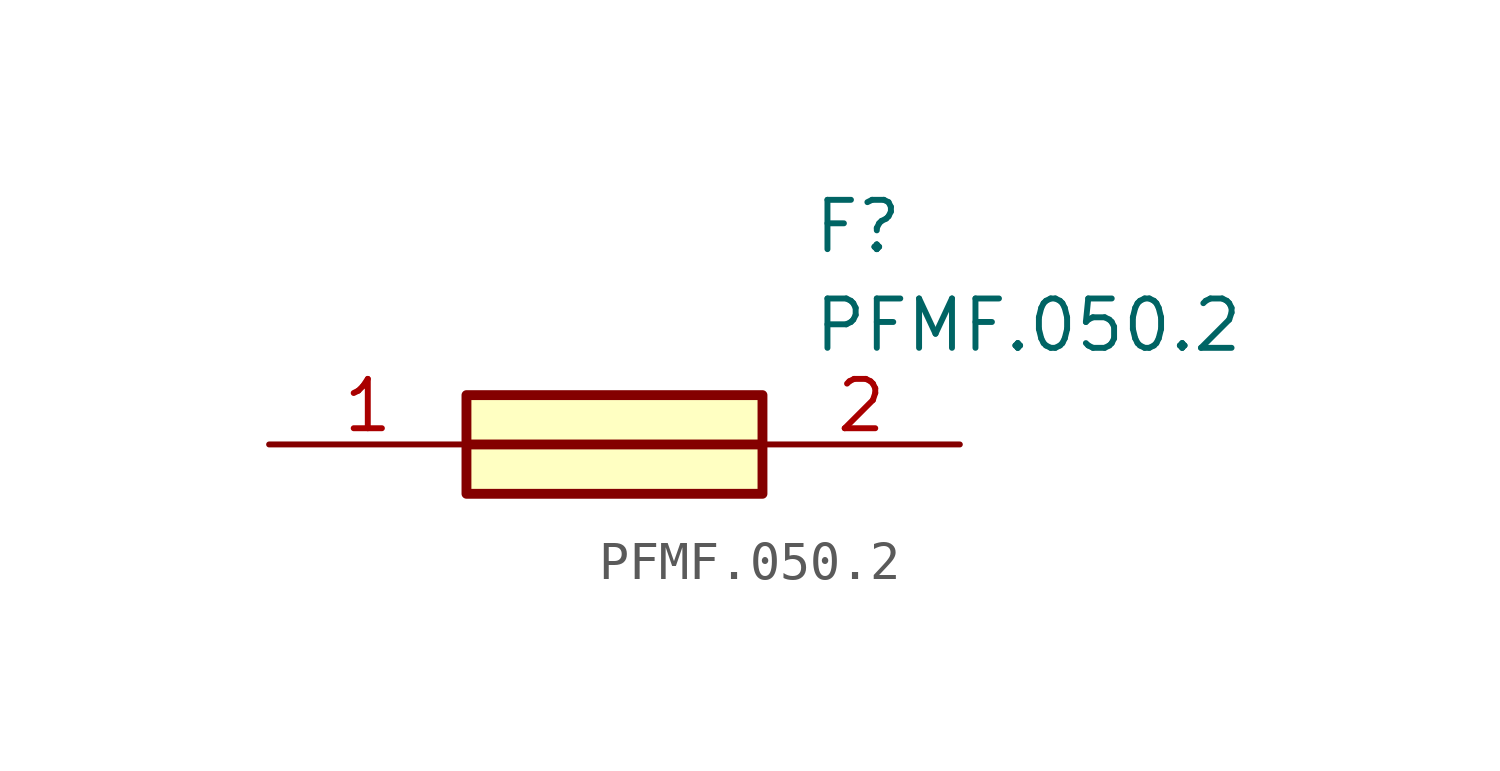
<source format=kicad_sym>
(kicad_symbol_lib
  (version 20211014)
  (generator SamacSys_ECAD_Model)
  (symbol "PFMF.050.2"
    (pin_names hide)
    (property "Reference" "F"
      (at 13.97 6.35 0)
      (effects (font (size 1.27 1.27)) (justify left top)))
    (property "Value" "PFMF.050.2"
      (at 13.97 3.81 0)
      (effects (font (size 1.27 1.27)) (justify left top)))
    (rectangle
      (start 5.08 1.27)
      (end 12.7 -1.27)
      (stroke (width 0.254) (type default))
      (fill (type background)))
    (polyline
      (pts (xy 5.08 0) (xy 12.7 0))
      (stroke (width 0.254) (type default))
      (fill (type none)))
    (pin passive line
      (at 0 0 0)
      (length 5.08)
      (name "1" (effects (font (size 1.27 1.27))))
      (number "1" (effects (font (size 1.27 1.27)))))
    (pin passive line
      (at 17.78 0 180)
      (length 5.08)
      (name "2" (effects (font (size 1.27 1.27))))
      (number "2" (effects (font (size 1.27 1.27)))))))
</source>
